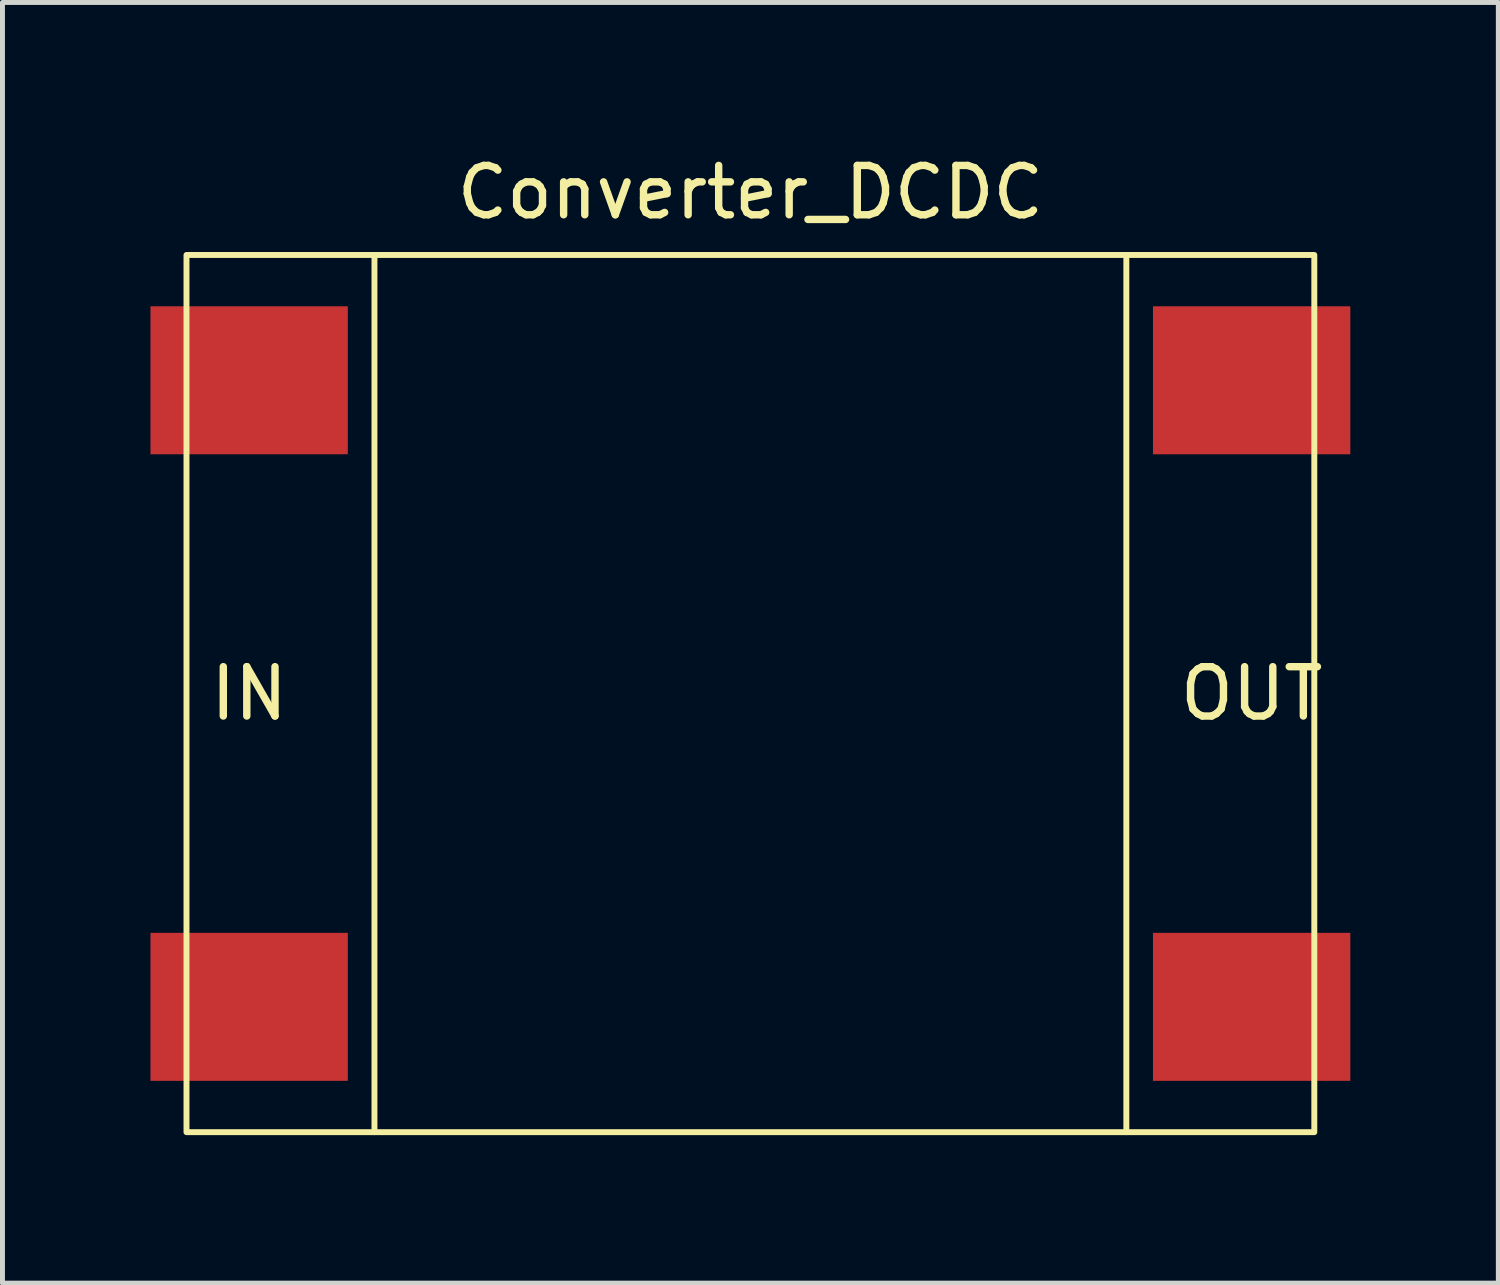
<source format=kicad_pcb>
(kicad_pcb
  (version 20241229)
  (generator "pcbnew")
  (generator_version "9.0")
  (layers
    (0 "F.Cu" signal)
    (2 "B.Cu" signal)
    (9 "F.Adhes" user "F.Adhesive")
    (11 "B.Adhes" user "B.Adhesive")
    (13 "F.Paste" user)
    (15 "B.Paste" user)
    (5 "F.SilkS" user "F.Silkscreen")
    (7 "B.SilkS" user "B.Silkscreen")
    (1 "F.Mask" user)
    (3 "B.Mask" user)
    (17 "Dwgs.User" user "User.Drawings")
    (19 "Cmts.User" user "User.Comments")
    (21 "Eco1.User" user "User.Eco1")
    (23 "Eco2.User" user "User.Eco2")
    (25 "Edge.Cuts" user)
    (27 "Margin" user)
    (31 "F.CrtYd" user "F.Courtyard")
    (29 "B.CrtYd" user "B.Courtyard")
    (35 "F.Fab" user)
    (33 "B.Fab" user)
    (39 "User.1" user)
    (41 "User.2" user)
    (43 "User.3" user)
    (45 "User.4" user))
  (footprint "Converter_DCDC"
    (layer "F.Cu")
    (at 12.16 11.008)
    (property "Reference" "Converter_DCDC" (at 0 -10.16 0) (layer "F.SilkS") (effects (font (size 1 1) (thickness 0.15))))
    (attr smd)
    (fp_line (start -7.62 -8.89) (end -7.62 8.89) (stroke (width 0.12) (type solid)) (layer "F.SilkS"))
    (fp_line (start 7.62 -8.89) (end 7.62 8.89) (stroke (width 0.12) (type solid)) (layer "F.SilkS"))
    (fp_rect (start -11.43 -8.89) (end 11.43 8.89) (stroke (width 0.12) (type solid)) (fill no) (layer "F.SilkS"))
    (fp_text user "OUT" (at 10.16 0 0) (unlocked yes) (layer "F.SilkS") (effects (font (size 1 1) (thickness 0.15))))
    (fp_text user "IN" (at -10.16 0 0) (unlocked yes) (layer "F.SilkS") (effects (font (size 1 1) (thickness 0.15))))
    (pad "1" smd rect (at -10.16 6.35) (size 4 3) (layers "F.Cu" "F.Mask" "F.Paste"))
    (pad "2" smd rect (at -10.16 -6.35) (size 4 3) (layers "F.Cu" "F.Mask" "F.Paste"))
    (pad "3" smd rect (at 10.16 6.35) (size 4 3) (layers "F.Cu" "F.Mask" "F.Paste"))
    (pad "4" smd rect (at 10.16 -6.35) (size 4 3) (layers "F.Cu" "F.Mask" "F.Paste")))
  (gr_rect
    (start -3 -3)
    (end 27.32 22.958)
    (stroke (width 0.1) (type default))
    (fill no)
    (layer "Edge.Cuts")))
</source>
